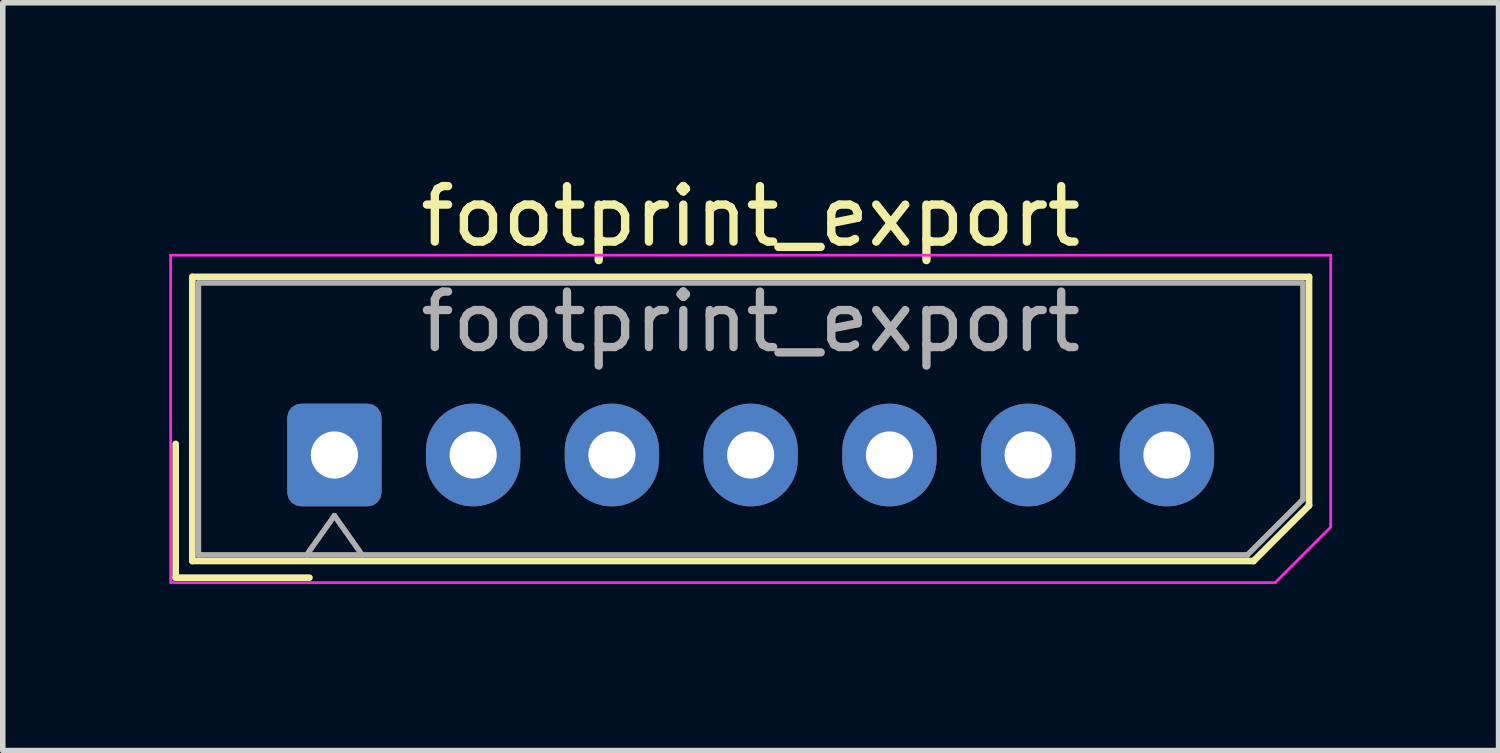
<source format=kicad_pcb>
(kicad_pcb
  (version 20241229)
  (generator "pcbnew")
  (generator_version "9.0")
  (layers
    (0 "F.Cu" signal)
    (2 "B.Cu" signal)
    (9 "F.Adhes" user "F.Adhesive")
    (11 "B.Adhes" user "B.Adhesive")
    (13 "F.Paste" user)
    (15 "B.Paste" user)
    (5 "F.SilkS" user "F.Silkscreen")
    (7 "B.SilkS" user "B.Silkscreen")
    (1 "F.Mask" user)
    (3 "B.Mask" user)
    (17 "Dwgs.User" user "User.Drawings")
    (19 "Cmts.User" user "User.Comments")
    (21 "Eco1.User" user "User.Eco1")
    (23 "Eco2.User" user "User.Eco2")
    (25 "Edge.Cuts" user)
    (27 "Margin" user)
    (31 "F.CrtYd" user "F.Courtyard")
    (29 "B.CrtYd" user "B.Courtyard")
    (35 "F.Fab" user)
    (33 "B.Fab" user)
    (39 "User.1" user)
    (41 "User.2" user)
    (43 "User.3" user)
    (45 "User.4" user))
  (footprint "footprint_export"
    (layer "F.Cu")
    (at 2.975 5.148)
    (property "Reference" "footprint_export" (at 7.5 -4.3 0) (layer "F.SilkS") (effects (font (size 1 1) (thickness 0.15))))
    (attr through_hole)
    (fp_line (start -2.86 -0.2) (end -2.86 2.21) (stroke (width 0.12) (type solid)) (layer "F.SilkS"))
    (fp_line (start -2.86 2.21) (end -0.45 2.21) (stroke (width 0.12) (type solid)) (layer "F.SilkS"))
    (fp_line (start -2.56 -3.21) (end -2.56 1.91) (stroke (width 0.12) (type solid)) (layer "F.SilkS"))
    (fp_line (start -2.56 1.91) (end 16.56 1.91) (stroke (width 0.12) (type solid)) (layer "F.SilkS"))
    (fp_line (start 16.56 1.91) (end 17.56 0.91) (stroke (width 0.12) (type solid)) (layer "F.SilkS"))
    (fp_line (start 17.56 -3.21) (end -2.56 -3.21) (stroke (width 0.12) (type solid)) (layer "F.SilkS"))
    (fp_line (start 17.56 0.91) (end 17.56 -3.21) (stroke (width 0.12) (type solid)) (layer "F.SilkS"))
    (fp_line (start -2.95 -3.6) (end -2.95 2.3) (stroke (width 0.05) (type solid)) (layer "F.CrtYd"))
    (fp_line (start -2.95 2.3) (end 16.95 2.3) (stroke (width 0.05) (type solid)) (layer "F.CrtYd"))
    (fp_line (start 16.95 2.3) (end 17.95 1.3) (stroke (width 0.05) (type solid)) (layer "F.CrtYd"))
    (fp_line (start 17.95 -3.6) (end -2.95 -3.6) (stroke (width 0.05) (type solid)) (layer "F.CrtYd"))
    (fp_line (start 17.95 1.3) (end 17.95 -3.6) (stroke (width 0.05) (type solid)) (layer "F.CrtYd"))
    (fp_line (start -2.45 -3.1) (end -2.45 1.8) (stroke (width 0.1) (type solid)) (layer "F.Fab"))
    (fp_line (start -2.45 1.8) (end 16.45 1.8) (stroke (width 0.1) (type solid)) (layer "F.Fab"))
    (fp_line (start -0.5 1.8) (end 0 1.093) (stroke (width 0.1) (type solid)) (layer "F.Fab"))
    (fp_line (start 0 1.093) (end 0.5 1.8) (stroke (width 0.1) (type solid)) (layer "F.Fab"))
    (fp_line (start 16.45 1.8) (end 17.45 0.8) (stroke (width 0.1) (type solid)) (layer "F.Fab"))
    (fp_line (start 17.45 -3.1) (end -2.45 -3.1) (stroke (width 0.1) (type solid)) (layer "F.Fab"))
    (fp_line (start 17.45 0.8) (end 17.45 -3.1) (stroke (width 0.1) (type solid)) (layer "F.Fab"))
    (fp_text user "${REFERENCE}" (at 7.5 -2.4 0) (layer "F.Fab") (effects (font (size 1 1) (thickness 0.15))))
    (pad "1" thru_hole roundrect (at 0 0) (size 1.7 1.85) (drill 0.85) (layers "*.Cu" "*.Mask") (roundrect_rratio 0.147))
    (pad "2" thru_hole oval (at 2.5 0) (size 1.7 1.85) (drill 0.85) (layers "*.Cu" "*.Mask"))
    (pad "3" thru_hole oval (at 5 0) (size 1.7 1.85) (drill 0.85) (layers "*.Cu" "*.Mask"))
    (pad "4" thru_hole oval (at 7.5 0) (size 1.7 1.85) (drill 0.85) (layers "*.Cu" "*.Mask"))
    (pad "5" thru_hole oval (at 10 0) (size 1.7 1.85) (drill 0.85) (layers "*.Cu" "*.Mask"))
    (pad "6" thru_hole oval (at 12.5 0) (size 1.7 1.85) (drill 0.85) (layers "*.Cu" "*.Mask"))
    (pad "7" thru_hole oval (at 15 0) (size 1.7 1.85) (drill 0.85) (layers "*.Cu" "*.Mask")))
  (gr_rect
    (start -3 -3)
    (end 23.95 10.473)
    (stroke (width 0.1) (type default))
    (fill no)
    (layer "Edge.Cuts")))
</source>
